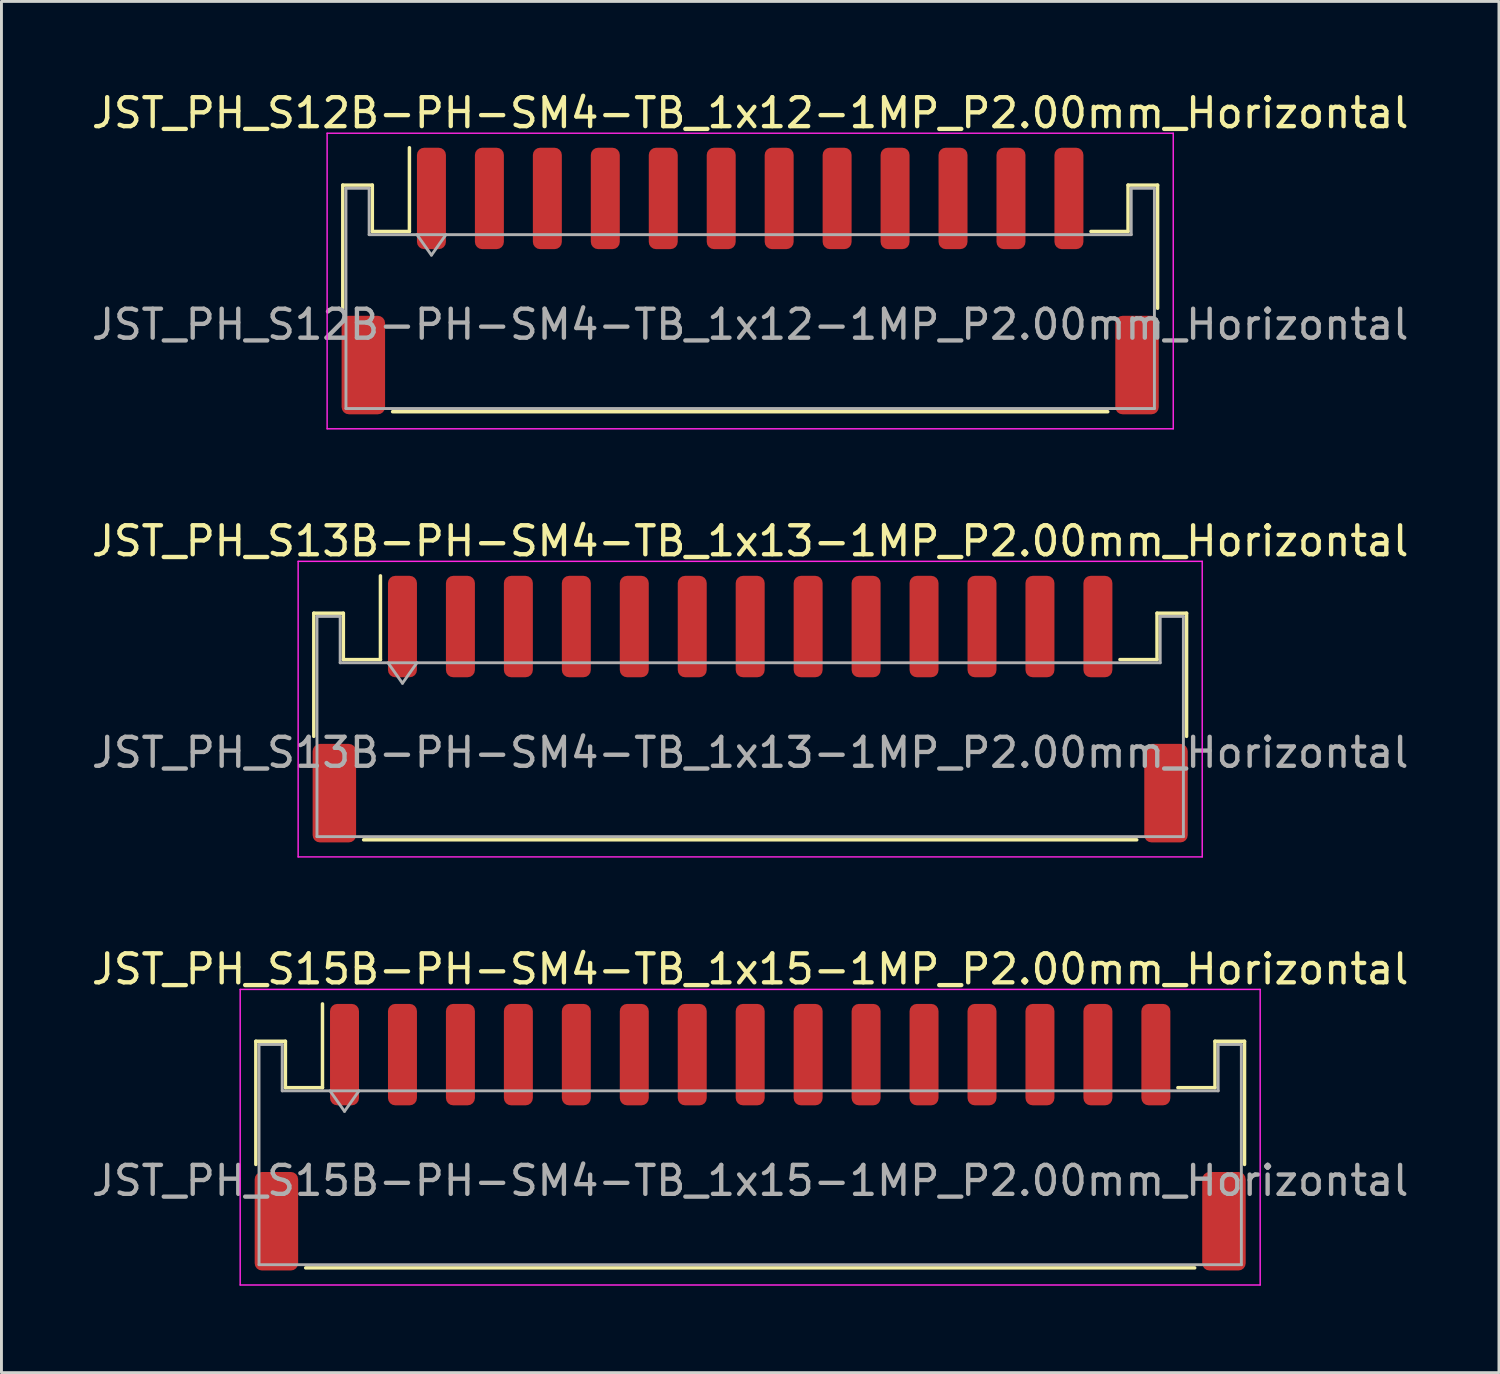
<source format=kicad_pcb>
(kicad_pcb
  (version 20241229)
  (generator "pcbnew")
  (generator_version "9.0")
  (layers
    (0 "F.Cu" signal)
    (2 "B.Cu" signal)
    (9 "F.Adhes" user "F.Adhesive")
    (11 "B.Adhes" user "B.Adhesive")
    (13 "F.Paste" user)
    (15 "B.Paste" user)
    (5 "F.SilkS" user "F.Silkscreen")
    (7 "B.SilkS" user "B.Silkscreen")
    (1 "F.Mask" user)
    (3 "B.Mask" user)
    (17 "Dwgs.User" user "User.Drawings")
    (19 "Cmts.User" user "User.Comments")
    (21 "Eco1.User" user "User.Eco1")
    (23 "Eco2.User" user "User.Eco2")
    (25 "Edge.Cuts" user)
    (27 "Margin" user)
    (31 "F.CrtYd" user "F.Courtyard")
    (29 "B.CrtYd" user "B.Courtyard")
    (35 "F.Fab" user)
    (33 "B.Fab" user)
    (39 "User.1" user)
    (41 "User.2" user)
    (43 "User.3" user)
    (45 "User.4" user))
  (footprint "JST_PH_S13B-PH-SM4-TB_1x13-1MP_P2.00mm_Horizontal"
    (layer "F.Cu")
    (at 22.839 21.422)
    (property "Reference" "JST_PH_S13B-PH-SM4-TB_1x13-1MP_P2.00mm_Horizontal" (at 0 -5.8 0) (layer "F.SilkS") (effects (font (size 1 1) (thickness 0.15))))
    (attr smd)
    (fp_line (start -15.06 -3.31) (end -14.04 -3.31) (stroke (width 0.12) (type solid)) (layer "F.SilkS"))
    (fp_line (start -15.06 0.94) (end -15.06 -3.31) (stroke (width 0.12) (type solid)) (layer "F.SilkS"))
    (fp_line (start -14.04 -3.31) (end -14.04 -1.71) (stroke (width 0.12) (type solid)) (layer "F.SilkS"))
    (fp_line (start -14.04 -1.71) (end -12.76 -1.71) (stroke (width 0.12) (type solid)) (layer "F.SilkS"))
    (fp_line (start -13.34 4.51) (end 13.34 4.51) (stroke (width 0.12) (type solid)) (layer "F.SilkS"))
    (fp_line (start -12.76 -1.71) (end -12.76 -4.6) (stroke (width 0.12) (type solid)) (layer "F.SilkS"))
    (fp_line (start 14.04 -3.31) (end 14.04 -1.71) (stroke (width 0.12) (type solid)) (layer "F.SilkS"))
    (fp_line (start 14.04 -1.71) (end 12.76 -1.71) (stroke (width 0.12) (type solid)) (layer "F.SilkS"))
    (fp_line (start 15.06 -3.31) (end 14.04 -3.31) (stroke (width 0.12) (type solid)) (layer "F.SilkS"))
    (fp_line (start 15.06 0.94) (end 15.06 -3.31) (stroke (width 0.12) (type solid)) (layer "F.SilkS"))
    (fp_line (start -15.6 -5.1) (end -15.6 5.1) (stroke (width 0.05) (type solid)) (layer "F.CrtYd"))
    (fp_line (start -15.6 5.1) (end 15.6 5.1) (stroke (width 0.05) (type solid)) (layer "F.CrtYd"))
    (fp_line (start 15.6 -5.1) (end -15.6 -5.1) (stroke (width 0.05) (type solid)) (layer "F.CrtYd"))
    (fp_line (start 15.6 5.1) (end 15.6 -5.1) (stroke (width 0.05) (type solid)) (layer "F.CrtYd"))
    (fp_line (start -14.95 -3.2) (end -14.95 4.4) (stroke (width 0.1) (type solid)) (layer "F.Fab"))
    (fp_line (start -14.95 -3.2) (end -14.15 -3.2) (stroke (width 0.1) (type solid)) (layer "F.Fab"))
    (fp_line (start -14.95 4.4) (end 14.95 4.4) (stroke (width 0.1) (type solid)) (layer "F.Fab"))
    (fp_line (start -14.15 -3.2) (end -14.15 -1.6) (stroke (width 0.1) (type solid)) (layer "F.Fab"))
    (fp_line (start -14.15 -1.6) (end 14.15 -1.6) (stroke (width 0.1) (type solid)) (layer "F.Fab"))
    (fp_line (start -12.5 -1.6) (end -12 -0.893) (stroke (width 0.1) (type solid)) (layer "F.Fab"))
    (fp_line (start -12 -0.893) (end -11.5 -1.6) (stroke (width 0.1) (type solid)) (layer "F.Fab"))
    (fp_line (start 14.15 -3.2) (end 14.95 -3.2) (stroke (width 0.1) (type solid)) (layer "F.Fab"))
    (fp_line (start 14.15 -1.6) (end 14.15 -3.2) (stroke (width 0.1) (type solid)) (layer "F.Fab"))
    (fp_line (start 14.95 -3.2) (end 14.95 4.4) (stroke (width 0.1) (type solid)) (layer "F.Fab"))
    (fp_text user "${REFERENCE}" (at 0 1.5 0) (layer "F.Fab") (effects (font (size 1 1) (thickness 0.15))))
    (pad "1" smd roundrect (at -12 -2.85) (size 1 3.5) (layers "F.Cu" "F.Mask" "F.Paste") (roundrect_rratio 0.25))
    (pad "2" smd roundrect (at -10 -2.85) (size 1 3.5) (layers "F.Cu" "F.Mask" "F.Paste") (roundrect_rratio 0.25))
    (pad "3" smd roundrect (at -8 -2.85) (size 1 3.5) (layers "F.Cu" "F.Mask" "F.Paste") (roundrect_rratio 0.25))
    (pad "4" smd roundrect (at -6 -2.85) (size 1 3.5) (layers "F.Cu" "F.Mask" "F.Paste") (roundrect_rratio 0.25))
    (pad "5" smd roundrect (at -4 -2.85) (size 1 3.5) (layers "F.Cu" "F.Mask" "F.Paste") (roundrect_rratio 0.25))
    (pad "6" smd roundrect (at -2 -2.85) (size 1 3.5) (layers "F.Cu" "F.Mask" "F.Paste") (roundrect_rratio 0.25))
    (pad "7" smd roundrect (at 0 -2.85) (size 1 3.5) (layers "F.Cu" "F.Mask" "F.Paste") (roundrect_rratio 0.25))
    (pad "8" smd roundrect (at 2 -2.85) (size 1 3.5) (layers "F.Cu" "F.Mask" "F.Paste") (roundrect_rratio 0.25))
    (pad "9" smd roundrect (at 4 -2.85) (size 1 3.5) (layers "F.Cu" "F.Mask" "F.Paste") (roundrect_rratio 0.25))
    (pad "10" smd roundrect (at 6 -2.85) (size 1 3.5) (layers "F.Cu" "F.Mask" "F.Paste") (roundrect_rratio 0.25))
    (pad "11" smd roundrect (at 8 -2.85) (size 1 3.5) (layers "F.Cu" "F.Mask" "F.Paste") (roundrect_rratio 0.25))
    (pad "12" smd roundrect (at 10 -2.85) (size 1 3.5) (layers "F.Cu" "F.Mask" "F.Paste") (roundrect_rratio 0.25))
    (pad "13" smd roundrect (at 12 -2.85) (size 1 3.5) (layers "F.Cu" "F.Mask" "F.Paste") (roundrect_rratio 0.25))
    (pad "MP" smd roundrect (at -14.35 2.9) (size 1.5 3.4) (layers "F.Cu" "F.Mask" "F.Paste") (roundrect_rratio 0.167))
    (pad "MP" smd roundrect (at 14.35 2.9) (size 1.5 3.4) (layers "F.Cu" "F.Mask" "F.Paste") (roundrect_rratio 0.167)))
  (footprint "JST_PH_S15B-PH-SM4-TB_1x15-1MP_P2.00mm_Horizontal"
    (layer "F.Cu")
    (at 22.839 36.195)
    (property "Reference" "JST_PH_S15B-PH-SM4-TB_1x15-1MP_P2.00mm_Horizontal" (at 0 -5.8 0) (layer "F.SilkS") (effects (font (size 1 1) (thickness 0.15))))
    (attr smd)
    (fp_line (start -17.06 -3.31) (end -16.04 -3.31) (stroke (width 0.12) (type solid)) (layer "F.SilkS"))
    (fp_line (start -17.06 0.94) (end -17.06 -3.31) (stroke (width 0.12) (type solid)) (layer "F.SilkS"))
    (fp_line (start -16.04 -3.31) (end -16.04 -1.71) (stroke (width 0.12) (type solid)) (layer "F.SilkS"))
    (fp_line (start -16.04 -1.71) (end -14.76 -1.71) (stroke (width 0.12) (type solid)) (layer "F.SilkS"))
    (fp_line (start -15.34 4.51) (end 15.34 4.51) (stroke (width 0.12) (type solid)) (layer "F.SilkS"))
    (fp_line (start -14.76 -1.71) (end -14.76 -4.6) (stroke (width 0.12) (type solid)) (layer "F.SilkS"))
    (fp_line (start 16.04 -3.31) (end 16.04 -1.71) (stroke (width 0.12) (type solid)) (layer "F.SilkS"))
    (fp_line (start 16.04 -1.71) (end 14.76 -1.71) (stroke (width 0.12) (type solid)) (layer "F.SilkS"))
    (fp_line (start 17.06 -3.31) (end 16.04 -3.31) (stroke (width 0.12) (type solid)) (layer "F.SilkS"))
    (fp_line (start 17.06 0.94) (end 17.06 -3.31) (stroke (width 0.12) (type solid)) (layer "F.SilkS"))
    (fp_line (start -17.6 -5.1) (end -17.6 5.1) (stroke (width 0.05) (type solid)) (layer "F.CrtYd"))
    (fp_line (start -17.6 5.1) (end 17.6 5.1) (stroke (width 0.05) (type solid)) (layer "F.CrtYd"))
    (fp_line (start 17.6 -5.1) (end -17.6 -5.1) (stroke (width 0.05) (type solid)) (layer "F.CrtYd"))
    (fp_line (start 17.6 5.1) (end 17.6 -5.1) (stroke (width 0.05) (type solid)) (layer "F.CrtYd"))
    (fp_line (start -16.95 -3.2) (end -16.95 4.4) (stroke (width 0.1) (type solid)) (layer "F.Fab"))
    (fp_line (start -16.95 -3.2) (end -16.15 -3.2) (stroke (width 0.1) (type solid)) (layer "F.Fab"))
    (fp_line (start -16.95 4.4) (end 16.95 4.4) (stroke (width 0.1) (type solid)) (layer "F.Fab"))
    (fp_line (start -16.15 -3.2) (end -16.15 -1.6) (stroke (width 0.1) (type solid)) (layer "F.Fab"))
    (fp_line (start -16.15 -1.6) (end 16.15 -1.6) (stroke (width 0.1) (type solid)) (layer "F.Fab"))
    (fp_line (start -14.5 -1.6) (end -14 -0.893) (stroke (width 0.1) (type solid)) (layer "F.Fab"))
    (fp_line (start -14 -0.893) (end -13.5 -1.6) (stroke (width 0.1) (type solid)) (layer "F.Fab"))
    (fp_line (start 16.15 -3.2) (end 16.95 -3.2) (stroke (width 0.1) (type solid)) (layer "F.Fab"))
    (fp_line (start 16.15 -1.6) (end 16.15 -3.2) (stroke (width 0.1) (type solid)) (layer "F.Fab"))
    (fp_line (start 16.95 -3.2) (end 16.95 4.4) (stroke (width 0.1) (type solid)) (layer "F.Fab"))
    (fp_text user "${REFERENCE}" (at 0 1.5 0) (layer "F.Fab") (effects (font (size 1 1) (thickness 0.15))))
    (pad "1" smd roundrect (at -14 -2.85) (size 1 3.5) (layers "F.Cu" "F.Mask" "F.Paste") (roundrect_rratio 0.25))
    (pad "2" smd roundrect (at -12 -2.85) (size 1 3.5) (layers "F.Cu" "F.Mask" "F.Paste") (roundrect_rratio 0.25))
    (pad "3" smd roundrect (at -10 -2.85) (size 1 3.5) (layers "F.Cu" "F.Mask" "F.Paste") (roundrect_rratio 0.25))
    (pad "4" smd roundrect (at -8 -2.85) (size 1 3.5) (layers "F.Cu" "F.Mask" "F.Paste") (roundrect_rratio 0.25))
    (pad "5" smd roundrect (at -6 -2.85) (size 1 3.5) (layers "F.Cu" "F.Mask" "F.Paste") (roundrect_rratio 0.25))
    (pad "6" smd roundrect (at -4 -2.85) (size 1 3.5) (layers "F.Cu" "F.Mask" "F.Paste") (roundrect_rratio 0.25))
    (pad "7" smd roundrect (at -2 -2.85) (size 1 3.5) (layers "F.Cu" "F.Mask" "F.Paste") (roundrect_rratio 0.25))
    (pad "8" smd roundrect (at 0 -2.85) (size 1 3.5) (layers "F.Cu" "F.Mask" "F.Paste") (roundrect_rratio 0.25))
    (pad "9" smd roundrect (at 2 -2.85) (size 1 3.5) (layers "F.Cu" "F.Mask" "F.Paste") (roundrect_rratio 0.25))
    (pad "10" smd roundrect (at 4 -2.85) (size 1 3.5) (layers "F.Cu" "F.Mask" "F.Paste") (roundrect_rratio 0.25))
    (pad "11" smd roundrect (at 6 -2.85) (size 1 3.5) (layers "F.Cu" "F.Mask" "F.Paste") (roundrect_rratio 0.25))
    (pad "12" smd roundrect (at 8 -2.85) (size 1 3.5) (layers "F.Cu" "F.Mask" "F.Paste") (roundrect_rratio 0.25))
    (pad "13" smd roundrect (at 10 -2.85) (size 1 3.5) (layers "F.Cu" "F.Mask" "F.Paste") (roundrect_rratio 0.25))
    (pad "14" smd roundrect (at 12 -2.85) (size 1 3.5) (layers "F.Cu" "F.Mask" "F.Paste") (roundrect_rratio 0.25))
    (pad "15" smd roundrect (at 14 -2.85) (size 1 3.5) (layers "F.Cu" "F.Mask" "F.Paste") (roundrect_rratio 0.25))
    (pad "MP" smd roundrect (at -16.35 2.9) (size 1.5 3.4) (layers "F.Cu" "F.Mask" "F.Paste") (roundrect_rratio 0.167))
    (pad "MP" smd roundrect (at 16.35 2.9) (size 1.5 3.4) (layers "F.Cu" "F.Mask" "F.Paste") (roundrect_rratio 0.167)))
  (footprint "JST_PH_S12B-PH-SM4-TB_1x12-1MP_P2.00mm_Horizontal"
    (layer "F.Cu")
    (at 22.839 6.648)
    (property "Reference" "JST_PH_S12B-PH-SM4-TB_1x12-1MP_P2.00mm_Horizontal" (at 0 -5.8 0) (layer "F.SilkS") (effects (font (size 1 1) (thickness 0.15))))
    (attr smd)
    (fp_line (start -14.06 -3.31) (end -13.04 -3.31) (stroke (width 0.12) (type solid)) (layer "F.SilkS"))
    (fp_line (start -14.06 0.94) (end -14.06 -3.31) (stroke (width 0.12) (type solid)) (layer "F.SilkS"))
    (fp_line (start -13.04 -3.31) (end -13.04 -1.71) (stroke (width 0.12) (type solid)) (layer "F.SilkS"))
    (fp_line (start -13.04 -1.71) (end -11.76 -1.71) (stroke (width 0.12) (type solid)) (layer "F.SilkS"))
    (fp_line (start -12.34 4.51) (end 12.34 4.51) (stroke (width 0.12) (type solid)) (layer "F.SilkS"))
    (fp_line (start -11.76 -1.71) (end -11.76 -4.6) (stroke (width 0.12) (type solid)) (layer "F.SilkS"))
    (fp_line (start 13.04 -3.31) (end 13.04 -1.71) (stroke (width 0.12) (type solid)) (layer "F.SilkS"))
    (fp_line (start 13.04 -1.71) (end 11.76 -1.71) (stroke (width 0.12) (type solid)) (layer "F.SilkS"))
    (fp_line (start 14.06 -3.31) (end 13.04 -3.31) (stroke (width 0.12) (type solid)) (layer "F.SilkS"))
    (fp_line (start 14.06 0.94) (end 14.06 -3.31) (stroke (width 0.12) (type solid)) (layer "F.SilkS"))
    (fp_line (start -14.6 -5.1) (end -14.6 5.1) (stroke (width 0.05) (type solid)) (layer "F.CrtYd"))
    (fp_line (start -14.6 5.1) (end 14.6 5.1) (stroke (width 0.05) (type solid)) (layer "F.CrtYd"))
    (fp_line (start 14.6 -5.1) (end -14.6 -5.1) (stroke (width 0.05) (type solid)) (layer "F.CrtYd"))
    (fp_line (start 14.6 5.1) (end 14.6 -5.1) (stroke (width 0.05) (type solid)) (layer "F.CrtYd"))
    (fp_line (start -13.95 -3.2) (end -13.95 4.4) (stroke (width 0.1) (type solid)) (layer "F.Fab"))
    (fp_line (start -13.95 -3.2) (end -13.15 -3.2) (stroke (width 0.1) (type solid)) (layer "F.Fab"))
    (fp_line (start -13.95 4.4) (end 13.95 4.4) (stroke (width 0.1) (type solid)) (layer "F.Fab"))
    (fp_line (start -13.15 -3.2) (end -13.15 -1.6) (stroke (width 0.1) (type solid)) (layer "F.Fab"))
    (fp_line (start -13.15 -1.6) (end 13.15 -1.6) (stroke (width 0.1) (type solid)) (layer "F.Fab"))
    (fp_line (start -11.5 -1.6) (end -11 -0.893) (stroke (width 0.1) (type solid)) (layer "F.Fab"))
    (fp_line (start -11 -0.893) (end -10.5 -1.6) (stroke (width 0.1) (type solid)) (layer "F.Fab"))
    (fp_line (start 13.15 -3.2) (end 13.95 -3.2) (stroke (width 0.1) (type solid)) (layer "F.Fab"))
    (fp_line (start 13.15 -1.6) (end 13.15 -3.2) (stroke (width 0.1) (type solid)) (layer "F.Fab"))
    (fp_line (start 13.95 -3.2) (end 13.95 4.4) (stroke (width 0.1) (type solid)) (layer "F.Fab"))
    (fp_text user "${REFERENCE}" (at 0 1.5 0) (layer "F.Fab") (effects (font (size 1 1) (thickness 0.15))))
    (pad "1" smd roundrect (at -11 -2.85) (size 1 3.5) (layers "F.Cu" "F.Mask" "F.Paste") (roundrect_rratio 0.25))
    (pad "2" smd roundrect (at -9 -2.85) (size 1 3.5) (layers "F.Cu" "F.Mask" "F.Paste") (roundrect_rratio 0.25))
    (pad "3" smd roundrect (at -7 -2.85) (size 1 3.5) (layers "F.Cu" "F.Mask" "F.Paste") (roundrect_rratio 0.25))
    (pad "4" smd roundrect (at -5 -2.85) (size 1 3.5) (layers "F.Cu" "F.Mask" "F.Paste") (roundrect_rratio 0.25))
    (pad "5" smd roundrect (at -3 -2.85) (size 1 3.5) (layers "F.Cu" "F.Mask" "F.Paste") (roundrect_rratio 0.25))
    (pad "6" smd roundrect (at -1 -2.85) (size 1 3.5) (layers "F.Cu" "F.Mask" "F.Paste") (roundrect_rratio 0.25))
    (pad "7" smd roundrect (at 1 -2.85) (size 1 3.5) (layers "F.Cu" "F.Mask" "F.Paste") (roundrect_rratio 0.25))
    (pad "8" smd roundrect (at 3 -2.85) (size 1 3.5) (layers "F.Cu" "F.Mask" "F.Paste") (roundrect_rratio 0.25))
    (pad "9" smd roundrect (at 5 -2.85) (size 1 3.5) (layers "F.Cu" "F.Mask" "F.Paste") (roundrect_rratio 0.25))
    (pad "10" smd roundrect (at 7 -2.85) (size 1 3.5) (layers "F.Cu" "F.Mask" "F.Paste") (roundrect_rratio 0.25))
    (pad "11" smd roundrect (at 9 -2.85) (size 1 3.5) (layers "F.Cu" "F.Mask" "F.Paste") (roundrect_rratio 0.25))
    (pad "12" smd roundrect (at 11 -2.85) (size 1 3.5) (layers "F.Cu" "F.Mask" "F.Paste") (roundrect_rratio 0.25))
    (pad "MP" smd roundrect (at -13.35 2.9) (size 1.5 3.4) (layers "F.Cu" "F.Mask" "F.Paste") (roundrect_rratio 0.167))
    (pad "MP" smd roundrect (at 13.35 2.9) (size 1.5 3.4) (layers "F.Cu" "F.Mask" "F.Paste") (roundrect_rratio 0.167)))
  (gr_rect
    (start -3 -3)
    (end 48.679 44.32)
    (stroke (width 0.1) (type default))
    (fill no)
    (layer "Edge.Cuts")))
</source>
